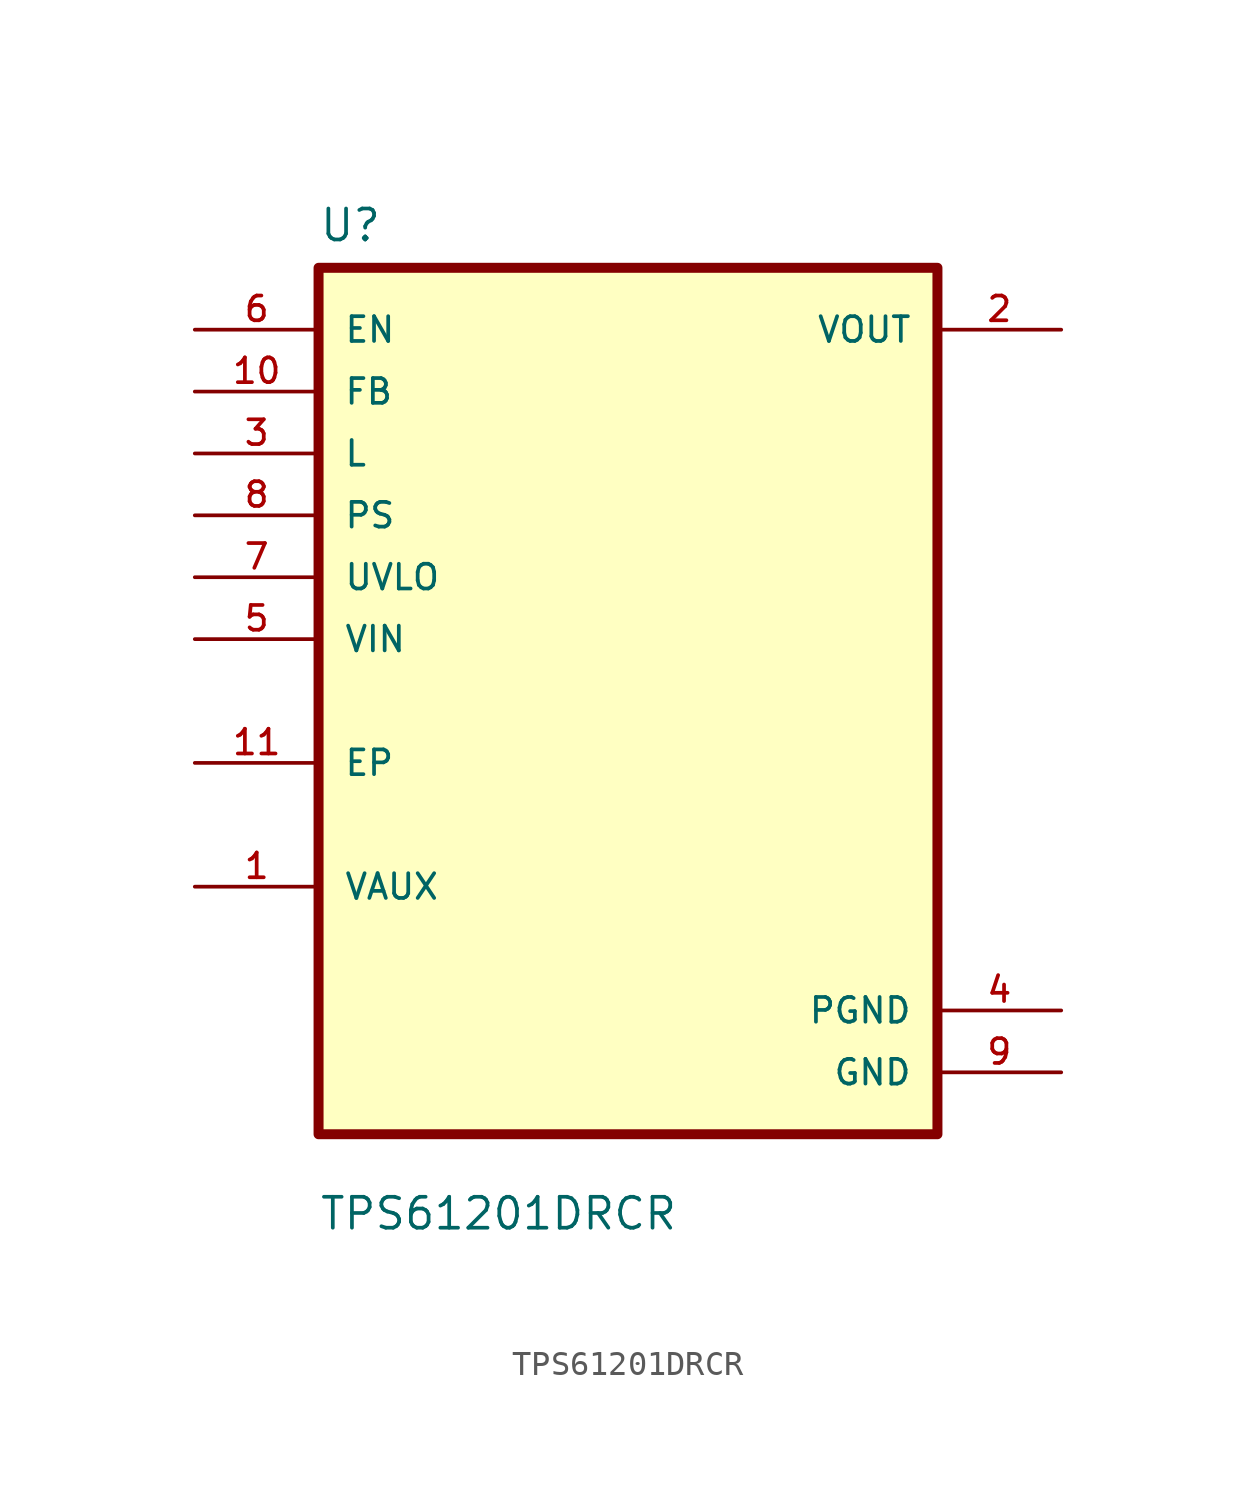
<source format=kicad_sym>
(kicad_symbol_lib
  (version 20220914)
  (generator kicad_symbol_editor)
  (symbol "TPS61201DRCR"
    (pin_names
      (offset 1.016))
    (property "Reference" "U"
      (at -12.7 18.78 0)
      (effects (font (size 1.27 1.27)) (justify left bottom)))
    (property "Value" "TPS61201DRCR"
      (at -12.7 -21.78 0)
      (effects (font (size 1.27 1.27)) (justify left bottom)))
    (symbol "TPS61201DRCR_0_0"
      (rectangle (start -12.7 -17.78) (end 12.7 17.78) (stroke (width 0.41) (type default)) (fill (type background)))
      (pin bidirectional line (at -17.78 -7.62 0) (length 5.08) (name "VAUX" (effects (font (size 1.016 1.016)))) (number "1" (effects (font (size 1.016 1.016)))))
      (pin input line (at -17.78 12.7 0) (length 5.08) (name "FB" (effects (font (size 1.016 1.016)))) (number "10" (effects (font (size 1.016 1.016)))))
      (pin bidirectional line (at -17.78 -2.54 0) (length 5.08) (name "EP" (effects (font (size 1.016 1.016)))) (number "11" (effects (font (size 1.016 1.016)))))
      (pin output line (at 17.78 15.24 180) (length 5.08) (name "VOUT" (effects (font (size 1.016 1.016)))) (number "2" (effects (font (size 1.016 1.016)))))
      (pin input line (at -17.78 10.16 0) (length 5.08) (name "L" (effects (font (size 1.016 1.016)))) (number "3" (effects (font (size 1.016 1.016)))))
      (pin power_in line (at 17.78 -12.7 180) (length 5.08) (name "PGND" (effects (font (size 1.016 1.016)))) (number "4" (effects (font (size 1.016 1.016)))))
      (pin input line (at -17.78 2.54 0) (length 5.08) (name "VIN" (effects (font (size 1.016 1.016)))) (number "5" (effects (font (size 1.016 1.016)))))
      (pin input line (at -17.78 15.24 0) (length 5.08) (name "EN" (effects (font (size 1.016 1.016)))) (number "6" (effects (font (size 1.016 1.016)))))
      (pin input line (at -17.78 5.08 0) (length 5.08) (name "UVLO" (effects (font (size 1.016 1.016)))) (number "7" (effects (font (size 1.016 1.016)))))
      (pin input line (at -17.78 7.62 0) (length 5.08) (name "PS" (effects (font (size 1.016 1.016)))) (number "8" (effects (font (size 1.016 1.016)))))
      (pin power_in line (at 17.78 -15.24 180) (length 5.08) (name "GND" (effects (font (size 1.016 1.016)))) (number "9" (effects (font (size 1.016 1.016))))))))
</source>
